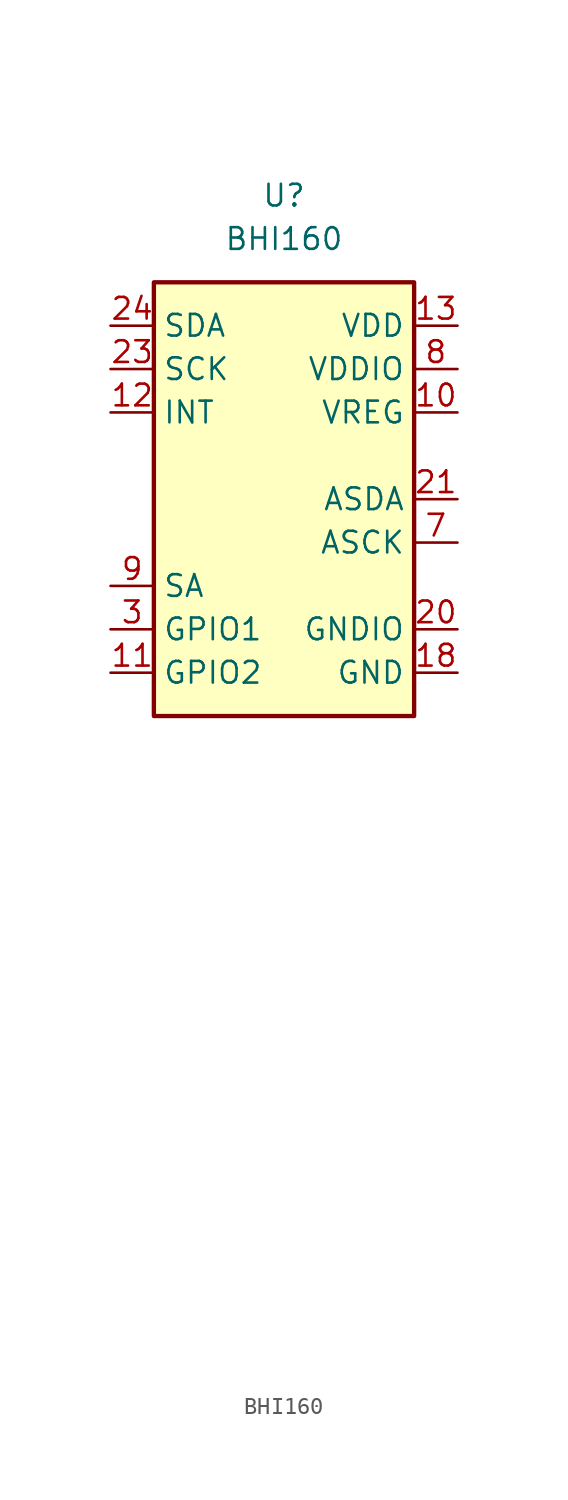
<source format=kicad_sym>
(kicad_symbol_lib
  (version 20211014)
  (generator kicad_symbol_editor)
  (symbol "BHI160"
    (property "Reference" "U"
      (at 0 17.78 0)
      (effects (font (size 1.27 1.27))))
    (property "Value" "BHI160"
      (at 0 15.24 0)
      (effects (font (size 1.27 1.27))))
    (property "Datasheet" ""
      (at -10.16 15.24 0)
      (effects (font (size 1.524 1.524))))
    (symbol "BHI160_1_1"
      (rectangle (start -7.62 12.7) (end 7.62 -12.7) (stroke (width 0.254) (type default) (color 0 0 0 0)) (fill (type background)))
      (pin no_connect line (at 0 -20.32 180) (length 2.54) hide (name "NC" (effects (font (size 1.27 1.27)))) (number "1" (effects (font (size 1.27 1.27)))))
      (pin power_out line (at 10.16 5.08 180) (length 2.54) (name "VREG" (effects (font (size 1.27 1.27)))) (number "10" (effects (font (size 1.27 1.27)))))
      (pin bidirectional line (at -10.16 -10.16 0) (length 2.54) (name "GPIO2" (effects (font (size 1.27 1.27)))) (number "11" (effects (font (size 1.27 1.27)))))
      (pin output line (at -10.16 5.08 0) (length 2.54) (name "INT" (effects (font (size 1.27 1.27)))) (number "12" (effects (font (size 1.27 1.27)))))
      (pin power_in line (at 10.16 10.16 180) (length 2.54) (name "VDD" (effects (font (size 1.27 1.27)))) (number "13" (effects (font (size 1.27 1.27)))))
      (pin no_connect line (at 0 -33.02 180) (length 2.54) hide (name "NC" (effects (font (size 1.27 1.27)))) (number "14" (effects (font (size 1.27 1.27)))))
      (pin no_connect line (at 0 -35.56 180) (length 2.54) hide (name "NC" (effects (font (size 1.27 1.27)))) (number "15" (effects (font (size 1.27 1.27)))))
      (pin no_connect line (at 0 -38.1 180) (length 2.54) hide (name "NC" (effects (font (size 1.27 1.27)))) (number "16" (effects (font (size 1.27 1.27)))))
      (pin no_connect line (at 0 -40.64 180) (length 2.54) hide (name "NC" (effects (font (size 1.27 1.27)))) (number "17" (effects (font (size 1.27 1.27)))))
      (pin power_in line (at 10.16 -10.16 180) (length 2.54) (name "GND" (effects (font (size 1.27 1.27)))) (number "18" (effects (font (size 1.27 1.27)))))
      (pin no_connect line (at 0 -43.18 180) (length 2.54) hide (name "NC" (effects (font (size 1.27 1.27)))) (number "19" (effects (font (size 1.27 1.27)))))
      (pin no_connect line (at 0 -22.86 180) (length 2.54) hide (name "DNC" (effects (font (size 1.27 1.27)))) (number "2" (effects (font (size 1.27 1.27)))))
      (pin power_in line (at 10.16 -7.62 180) (length 2.54) (name "GNDIO" (effects (font (size 1.27 1.27)))) (number "20" (effects (font (size 1.27 1.27)))))
      (pin bidirectional line (at 10.16 0 180) (length 2.54) (name "ASDA" (effects (font (size 1.27 1.27)))) (number "21" (effects (font (size 1.27 1.27)))))
      (pin no_connect line (at 0 -45.72 180) (length 2.54) hide (name "RESV4" (effects (font (size 1.27 1.27)))) (number "22" (effects (font (size 1.27 1.27)))))
      (pin bidirectional line (at -10.16 7.62 0) (length 2.54) (name "SCK" (effects (font (size 1.27 1.27)))) (number "23" (effects (font (size 1.27 1.27)))))
      (pin bidirectional line (at -10.16 10.16 0) (length 2.54) (name "SDA" (effects (font (size 1.27 1.27)))) (number "24" (effects (font (size 1.27 1.27)))))
      (pin bidirectional line (at -10.16 -7.62 0) (length 2.54) (name "GPIO1" (effects (font (size 1.27 1.27)))) (number "3" (effects (font (size 1.27 1.27)))))
      (pin no_connect line (at 0 -25.4 180) (length 2.54) hide (name "RESV2" (effects (font (size 1.27 1.27)))) (number "4" (effects (font (size 1.27 1.27)))))
      (pin no_connect line (at 0 -27.94 180) (length 2.54) hide (name "RESV3" (effects (font (size 1.27 1.27)))) (number "5" (effects (font (size 1.27 1.27)))))
      (pin no_connect line (at 0 -30.48 180) (length 2.54) hide (name "NC" (effects (font (size 1.27 1.27)))) (number "6" (effects (font (size 1.27 1.27)))))
      (pin bidirectional line (at 10.16 -2.54 180) (length 2.54) (name "ASCK" (effects (font (size 1.27 1.27)))) (number "7" (effects (font (size 1.27 1.27)))))
      (pin power_in line (at 10.16 7.62 180) (length 2.54) (name "VDDIO" (effects (font (size 1.27 1.27)))) (number "8" (effects (font (size 1.27 1.27)))))
      (pin passive line (at -10.16 -5.08 0) (length 2.54) (name "SA" (effects (font (size 1.27 1.27)))) (number "9" (effects (font (size 1.27 1.27))))))))
</source>
